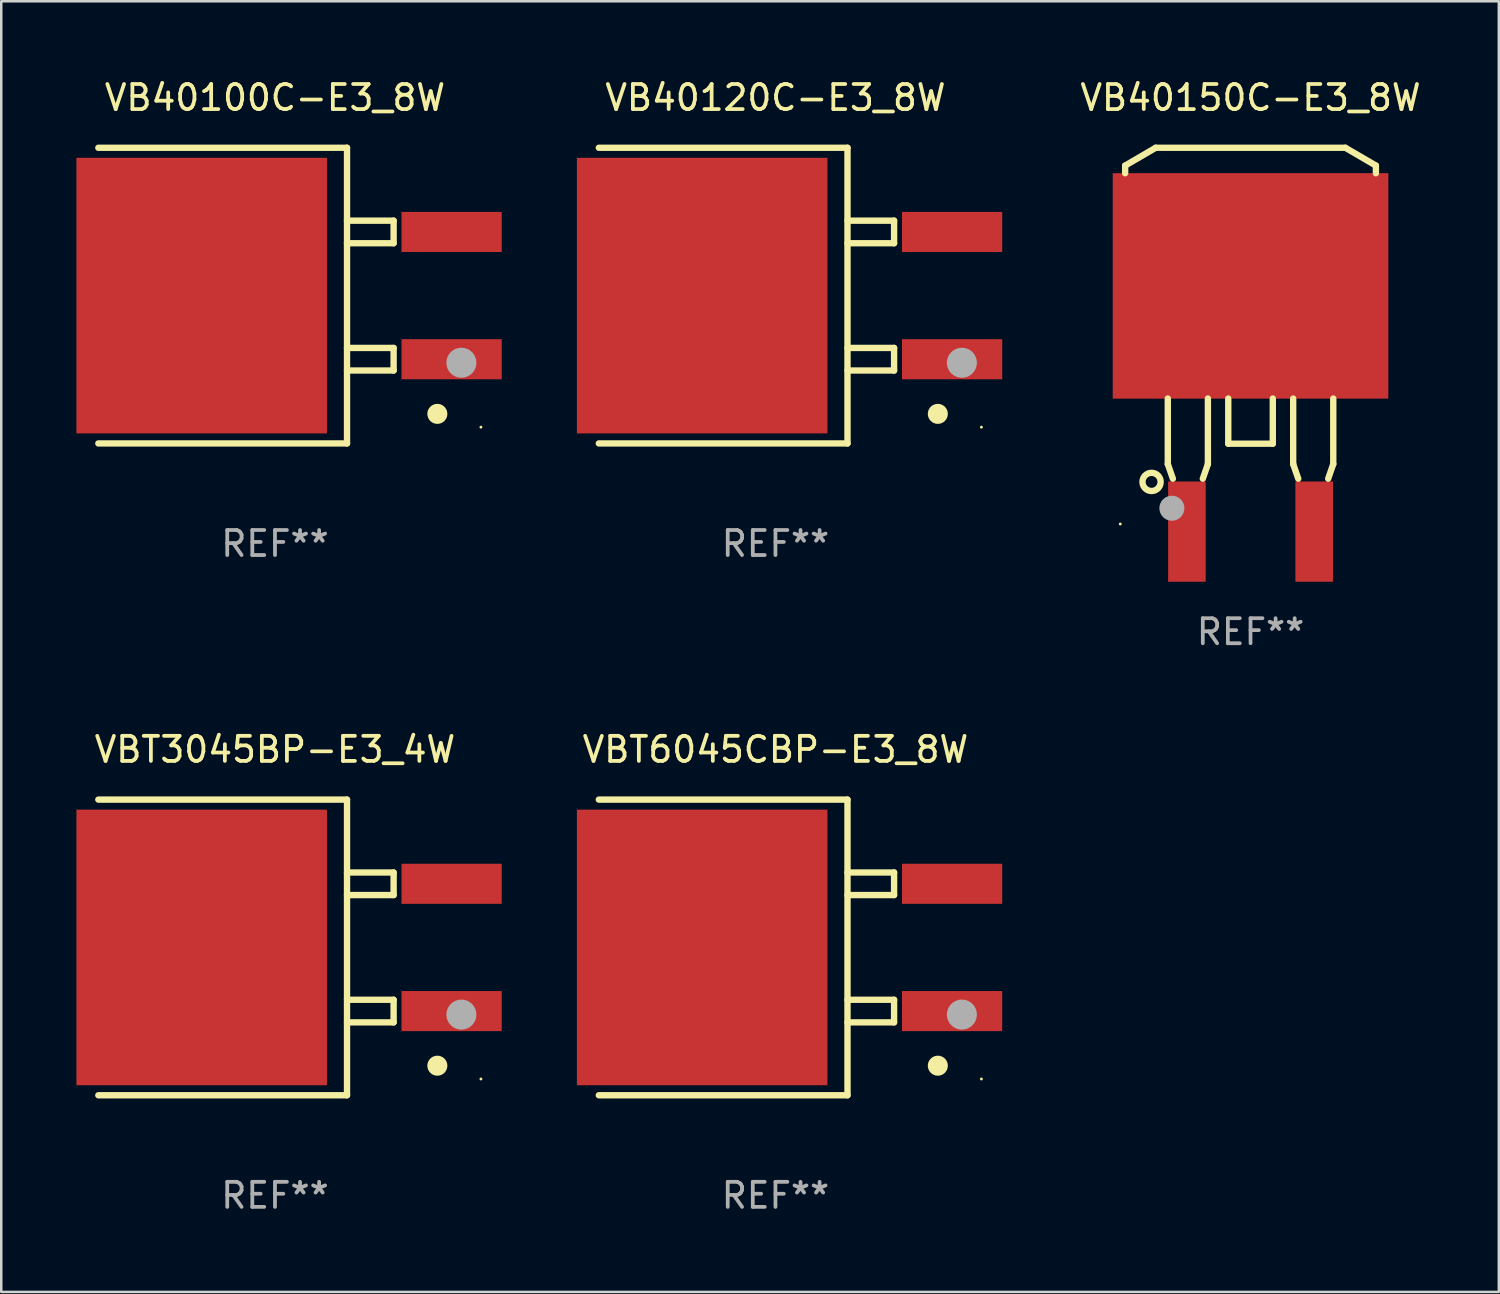
<source format=kicad_pcb>
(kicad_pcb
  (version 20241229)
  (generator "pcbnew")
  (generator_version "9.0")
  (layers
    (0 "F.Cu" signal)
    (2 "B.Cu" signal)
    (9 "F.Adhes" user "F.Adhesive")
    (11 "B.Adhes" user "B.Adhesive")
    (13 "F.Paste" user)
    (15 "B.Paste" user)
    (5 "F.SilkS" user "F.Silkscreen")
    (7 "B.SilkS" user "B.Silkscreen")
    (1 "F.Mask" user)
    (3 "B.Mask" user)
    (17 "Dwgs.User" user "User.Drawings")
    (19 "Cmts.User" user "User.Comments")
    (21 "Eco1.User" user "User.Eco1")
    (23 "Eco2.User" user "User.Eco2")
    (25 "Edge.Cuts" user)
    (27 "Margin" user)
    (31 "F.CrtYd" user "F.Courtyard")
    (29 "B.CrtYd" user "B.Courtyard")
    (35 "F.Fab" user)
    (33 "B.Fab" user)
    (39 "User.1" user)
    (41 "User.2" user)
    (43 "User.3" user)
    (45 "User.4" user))
  (footprint "VB40150C-E3_8W"
    (layer "F.Cu")
    (at 46.861 10.508)
    (property "Reference" "VB40150C-E3_8W" (at 0 -9.66 0) (layer "F.SilkS") (effects (font (size 1 1) (thickness 0.15))))
    (attr through_hole)
    (fp_line (start -5.004 -6.949) (end -3.785 -7.66) (stroke (width 0.254) (type solid)) (layer "F.SilkS"))
    (fp_line (start -5.004 -6.644) (end -5.004 -6.949) (stroke (width 0.254) (type solid)) (layer "F.SilkS"))
    (fp_line (start -3.785 -7.66) (end 3.785 -7.66) (stroke (width 0.254) (type solid)) (layer "F.SilkS"))
    (fp_line (start -3.302 2.348) (end -3.302 4.964) (stroke (width 0.254) (type solid)) (layer "F.SilkS"))
    (fp_line (start -3.302 4.964) (end -3.099 5.548) (stroke (width 0.254) (type solid)) (layer "F.SilkS"))
    (fp_line (start -1.905 5.548) (end -1.702 4.964) (stroke (width 0.254) (type solid)) (layer "F.SilkS"))
    (fp_line (start -1.702 4.964) (end -1.702 2.348) (stroke (width 0.254) (type solid)) (layer "F.SilkS"))
    (fp_line (start -0.889 2.348) (end -0.889 4.151) (stroke (width 0.254) (type solid)) (layer "F.SilkS"))
    (fp_line (start -0.889 4.151) (end 0.889 4.151) (stroke (width 0.254) (type solid)) (layer "F.SilkS"))
    (fp_line (start 0.889 4.151) (end 0.889 2.348) (stroke (width 0.254) (type solid)) (layer "F.SilkS"))
    (fp_line (start 1.702 2.348) (end 1.702 4.964) (stroke (width 0.254) (type solid)) (layer "F.SilkS"))
    (fp_line (start 1.702 4.964) (end 1.905 5.548) (stroke (width 0.254) (type solid)) (layer "F.SilkS"))
    (fp_line (start 3.099 5.548) (end 3.302 4.964) (stroke (width 0.254) (type solid)) (layer "F.SilkS"))
    (fp_line (start 3.302 4.964) (end 3.302 2.348) (stroke (width 0.254) (type solid)) (layer "F.SilkS"))
    (fp_line (start 3.785 -7.66) (end 5.004 -6.949) (stroke (width 0.254) (type solid)) (layer "F.SilkS"))
    (fp_line (start 5.004 -6.949) (end 5.004 -6.644) (stroke (width 0.254) (type solid)) (layer "F.SilkS"))
    (fp_circle (center -5.199 7.356) (end -5.169 7.356) (stroke (width 0.06) (type solid)) (fill no) (layer "F.SilkS"))
    (fp_circle (center -3.95 5.676) (end -3.587 5.676) (stroke (width 0.254) (type solid)) (fill no) (layer "F.SilkS"))
    (fp_circle (center -3.139 6.726) (end -2.889 6.726) (stroke (width 0.5) (type solid)) (fill no) (layer "F.Fab"))
    (fp_text user "REF**" (at 0 11.66 0) (layer "F.Fab") (effects (font (size 1 1) (thickness 0.15))))
    (pad "1" smd rect (at -2.539 7.66) (size 1.501 4.001) (layers "F.Cu" "F.Mask" "F.Paste"))
    (pad "2" smd rect (at 0.000127 -2.147) (size 11 8.999) (layers "F.Cu" "F.Mask" "F.Paste"))
    (pad "3" smd rect (at 2.541 7.66) (size 1.501 4.001) (layers "F.Cu" "F.Mask" "F.Paste")))
  (footprint "VB40100C-E3_8W"
    (layer "F.Cu")
    (at 7.925 8.748)
    (property "Reference" "VB40100C-E3_8W" (at 0 -7.9 0) (layer "F.SilkS") (effects (font (size 1 1) (thickness 0.15))))
    (attr through_hole)
    (fp_line (start -7.05 5.9) (end 2.875 5.9) (stroke (width 0.254) (type solid)) (layer "F.SilkS"))
    (fp_line (start 2.875 -5.9) (end -7.05 -5.9) (stroke (width 0.254) (type solid)) (layer "F.SilkS"))
    (fp_line (start 2.875 -5.9) (end 2.875 5.9) (stroke (width 0.254) (type solid)) (layer "F.SilkS"))
    (fp_line (start 2.875 -2.991) (end 4.735 -2.991) (stroke (width 0.254) (type solid)) (layer "F.SilkS"))
    (fp_line (start 2.875 2.089) (end 4.735 2.089) (stroke (width 0.254) (type solid)) (layer "F.SilkS"))
    (fp_line (start 4.735 -2.991) (end 4.735 -2.09) (stroke (width 0.254) (type solid)) (layer "F.SilkS"))
    (fp_line (start 4.735 -2.09) (end 2.875 -2.09) (stroke (width 0.254) (type solid)) (layer "F.SilkS"))
    (fp_line (start 4.735 2.089) (end 4.735 2.99) (stroke (width 0.254) (type solid)) (layer "F.SilkS"))
    (fp_line (start 4.735 2.99) (end 2.875 2.99) (stroke (width 0.254) (type solid)) (layer "F.SilkS"))
    (fp_circle (center 6.48 4.72) (end 6.68 4.72) (stroke (width 0.4) (type solid)) (fill no) (layer "F.SilkS"))
    (fp_circle (center 8.22 5.25) (end 8.25 5.25) (stroke (width 0.06) (type solid)) (fill no) (layer "F.SilkS"))
    (fp_circle (center 7.44 2.68) (end 7.74 2.68) (stroke (width 0.6) (type solid)) (fill no) (layer "F.Fab"))
    (fp_text user "REF**" (at 0 9.9 0) (layer "F.Fab") (effects (font (size 1 1) (thickness 0.15))))
    (pad "1" smd rect (at 7.05 2.54) (size 4 1.6) (layers "F.Cu" "F.Mask" "F.Paste"))
    (pad "2" smd rect (at 7.05 -2.54) (size 4 1.6) (layers "F.Cu" "F.Mask" "F.Paste"))
    (pad "3" smd rect (at -2.925 0.000102) (size 10 11) (layers "F.Cu" "F.Mask" "F.Paste")))
  (footprint "VBT6045CBP-E3_8W"
    (layer "F.Cu")
    (at 27.9 34.764)
    (property "Reference" "VBT6045CBP-E3_8W" (at 0 -7.9 0) (layer "F.SilkS") (effects (font (size 1 1) (thickness 0.15))))
    (attr through_hole)
    (fp_line (start -7.05 5.9) (end 2.875 5.9) (stroke (width 0.254) (type solid)) (layer "F.SilkS"))
    (fp_line (start 2.875 -5.9) (end -7.05 -5.9) (stroke (width 0.254) (type solid)) (layer "F.SilkS"))
    (fp_line (start 2.875 -5.9) (end 2.875 5.9) (stroke (width 0.254) (type solid)) (layer "F.SilkS"))
    (fp_line (start 2.875 -2.991) (end 4.735 -2.991) (stroke (width 0.254) (type solid)) (layer "F.SilkS"))
    (fp_line (start 2.875 2.089) (end 4.735 2.089) (stroke (width 0.254) (type solid)) (layer "F.SilkS"))
    (fp_line (start 4.735 -2.991) (end 4.735 -2.09) (stroke (width 0.254) (type solid)) (layer "F.SilkS"))
    (fp_line (start 4.735 -2.09) (end 2.875 -2.09) (stroke (width 0.254) (type solid)) (layer "F.SilkS"))
    (fp_line (start 4.735 2.089) (end 4.735 2.99) (stroke (width 0.254) (type solid)) (layer "F.SilkS"))
    (fp_line (start 4.735 2.99) (end 2.875 2.99) (stroke (width 0.254) (type solid)) (layer "F.SilkS"))
    (fp_circle (center 6.48 4.72) (end 6.68 4.72) (stroke (width 0.4) (type solid)) (fill no) (layer "F.SilkS"))
    (fp_circle (center 8.22 5.25) (end 8.25 5.25) (stroke (width 0.06) (type solid)) (fill no) (layer "F.SilkS"))
    (fp_circle (center 7.44 2.68) (end 7.74 2.68) (stroke (width 0.6) (type solid)) (fill no) (layer "F.Fab"))
    (fp_text user "REF**" (at 0 9.9 0) (layer "F.Fab") (effects (font (size 1 1) (thickness 0.15))))
    (pad "1" smd rect (at 7.05 2.54) (size 4 1.6) (layers "F.Cu" "F.Mask" "F.Paste"))
    (pad "2" smd rect (at 7.05 -2.54) (size 4 1.6) (layers "F.Cu" "F.Mask" "F.Paste"))
    (pad "3" smd rect (at -2.925 0.000102) (size 10 11) (layers "F.Cu" "F.Mask" "F.Paste")))
  (footprint "VBT3045BP-E3_4W"
    (layer "F.Cu")
    (at 7.925 34.764)
    (property "Reference" "VBT3045BP-E3_4W" (at 0 -7.9 0) (layer "F.SilkS") (effects (font (size 1 1) (thickness 0.15))))
    (attr through_hole)
    (fp_line (start -7.05 5.9) (end 2.875 5.9) (stroke (width 0.254) (type solid)) (layer "F.SilkS"))
    (fp_line (start 2.875 -5.9) (end -7.05 -5.9) (stroke (width 0.254) (type solid)) (layer "F.SilkS"))
    (fp_line (start 2.875 -5.9) (end 2.875 5.9) (stroke (width 0.254) (type solid)) (layer "F.SilkS"))
    (fp_line (start 2.875 -2.991) (end 4.735 -2.991) (stroke (width 0.254) (type solid)) (layer "F.SilkS"))
    (fp_line (start 2.875 2.089) (end 4.735 2.089) (stroke (width 0.254) (type solid)) (layer "F.SilkS"))
    (fp_line (start 4.735 -2.991) (end 4.735 -2.09) (stroke (width 0.254) (type solid)) (layer "F.SilkS"))
    (fp_line (start 4.735 -2.09) (end 2.875 -2.09) (stroke (width 0.254) (type solid)) (layer "F.SilkS"))
    (fp_line (start 4.735 2.089) (end 4.735 2.99) (stroke (width 0.254) (type solid)) (layer "F.SilkS"))
    (fp_line (start 4.735 2.99) (end 2.875 2.99) (stroke (width 0.254) (type solid)) (layer "F.SilkS"))
    (fp_circle (center 6.48 4.72) (end 6.68 4.72) (stroke (width 0.4) (type solid)) (fill no) (layer "F.SilkS"))
    (fp_circle (center 8.22 5.25) (end 8.25 5.25) (stroke (width 0.06) (type solid)) (fill no) (layer "F.SilkS"))
    (fp_circle (center 7.44 2.68) (end 7.74 2.68) (stroke (width 0.6) (type solid)) (fill no) (layer "F.Fab"))
    (fp_text user "REF**" (at 0 9.9 0) (layer "F.Fab") (effects (font (size 1 1) (thickness 0.15))))
    (pad "1" smd rect (at 7.05 2.54) (size 4 1.6) (layers "F.Cu" "F.Mask" "F.Paste"))
    (pad "2" smd rect (at 7.05 -2.54) (size 4 1.6) (layers "F.Cu" "F.Mask" "F.Paste"))
    (pad "3" smd rect (at -2.925 0.000102) (size 10 11) (layers "F.Cu" "F.Mask" "F.Paste")))
  (footprint "VB40120C-E3_8W"
    (layer "F.Cu")
    (at 27.9 8.748)
    (property "Reference" "VB40120C-E3_8W" (at 0 -7.9 0) (layer "F.SilkS") (effects (font (size 1 1) (thickness 0.15))))
    (attr through_hole)
    (fp_line (start -7.05 5.9) (end 2.875 5.9) (stroke (width 0.254) (type solid)) (layer "F.SilkS"))
    (fp_line (start 2.875 -5.9) (end -7.05 -5.9) (stroke (width 0.254) (type solid)) (layer "F.SilkS"))
    (fp_line (start 2.875 -5.9) (end 2.875 5.9) (stroke (width 0.254) (type solid)) (layer "F.SilkS"))
    (fp_line (start 2.875 -2.991) (end 4.735 -2.991) (stroke (width 0.254) (type solid)) (layer "F.SilkS"))
    (fp_line (start 2.875 2.089) (end 4.735 2.089) (stroke (width 0.254) (type solid)) (layer "F.SilkS"))
    (fp_line (start 4.735 -2.991) (end 4.735 -2.09) (stroke (width 0.254) (type solid)) (layer "F.SilkS"))
    (fp_line (start 4.735 -2.09) (end 2.875 -2.09) (stroke (width 0.254) (type solid)) (layer "F.SilkS"))
    (fp_line (start 4.735 2.089) (end 4.735 2.99) (stroke (width 0.254) (type solid)) (layer "F.SilkS"))
    (fp_line (start 4.735 2.99) (end 2.875 2.99) (stroke (width 0.254) (type solid)) (layer "F.SilkS"))
    (fp_circle (center 6.48 4.72) (end 6.68 4.72) (stroke (width 0.4) (type solid)) (fill no) (layer "F.SilkS"))
    (fp_circle (center 8.22 5.25) (end 8.25 5.25) (stroke (width 0.06) (type solid)) (fill no) (layer "F.SilkS"))
    (fp_circle (center 7.44 2.68) (end 7.74 2.68) (stroke (width 0.6) (type solid)) (fill no) (layer "F.Fab"))
    (fp_text user "REF**" (at 0 9.9 0) (layer "F.Fab") (effects (font (size 1 1) (thickness 0.15))))
    (pad "1" smd rect (at 7.05 2.54) (size 4 1.6) (layers "F.Cu" "F.Mask" "F.Paste"))
    (pad "2" smd rect (at 7.05 -2.54) (size 4 1.6) (layers "F.Cu" "F.Mask" "F.Paste"))
    (pad "3" smd rect (at -2.925 0.000102) (size 10 11) (layers "F.Cu" "F.Mask" "F.Paste")))
  (gr_rect
    (start -3 -3)
    (end 56.771 48.513)
    (stroke (width 0.1) (type default))
    (fill no)
    (layer "Edge.Cuts")))
</source>
